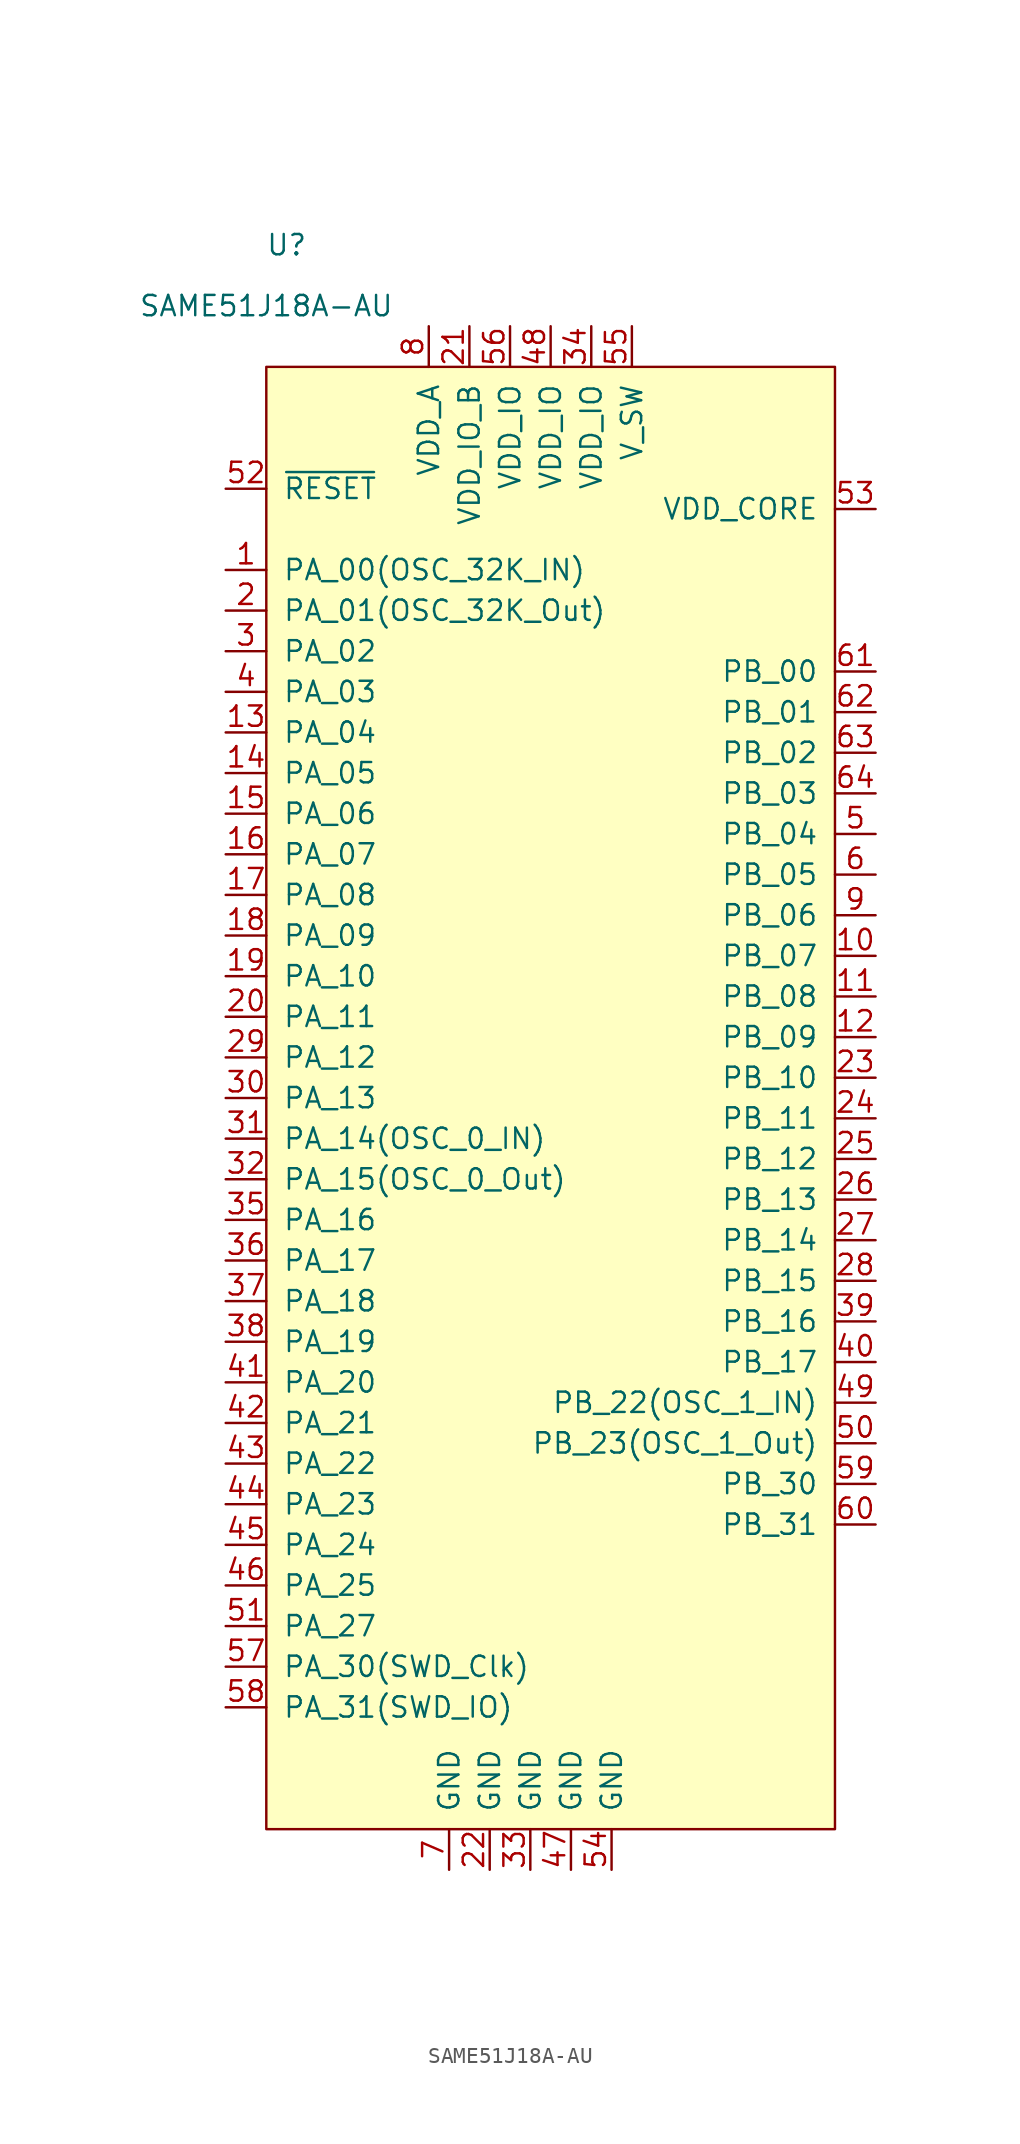
<source format=kicad_sym>
(kicad_symbol_lib
  (version 20210619)
  (generator kicad_symbol_editor)
  (symbol "Maxted Libs:SAME51J18A-AU"
    (pin_names
      (offset 1.016))
    (property "Reference" "U"
      (at -15.24 53.34 0)
      (effects (font (size 1.27 1.27))))
    (property "Value" "SAME51J18A-AU"
      (at -16.51 49.53 0)
      (effects (font (size 1.27 1.27))))
    (symbol "SAME51J18A-AU_0_1"
      (rectangle (start -16.51 45.72) (end 19.05 -45.72) (stroke (width 0)) (fill (type background))))
    (symbol "SAME51J18A-AU_1_1"
      (pin passive line (at -19.05 33.02 0) (length 2.54) (name "PA_00(OSC_32K_IN)" (effects (font (size 1.27 1.27)))) (number "1" (effects (font (size 1.27 1.27)))))
      (pin passive line (at 21.59 8.89 180) (length 2.54) (name "PB_07" (effects (font (size 1.27 1.27)))) (number "10" (effects (font (size 1.27 1.27)))))
      (pin passive line (at 21.59 6.35 180) (length 2.54) (name "PB_08" (effects (font (size 1.27 1.27)))) (number "11" (effects (font (size 1.27 1.27)))))
      (pin passive line (at 21.59 3.81 180) (length 2.54) (name "PB_09" (effects (font (size 1.27 1.27)))) (number "12" (effects (font (size 1.27 1.27)))))
      (pin passive line (at -19.05 22.86 0) (length 2.54) (name "PA_04" (effects (font (size 1.27 1.27)))) (number "13" (effects (font (size 1.27 1.27)))))
      (pin passive line (at -19.05 20.32 0) (length 2.54) (name "PA_05" (effects (font (size 1.27 1.27)))) (number "14" (effects (font (size 1.27 1.27)))))
      (pin passive line (at -19.05 17.78 0) (length 2.54) (name "PA_06" (effects (font (size 1.27 1.27)))) (number "15" (effects (font (size 1.27 1.27)))))
      (pin passive line (at -19.05 15.24 0) (length 2.54) (name "PA_07" (effects (font (size 1.27 1.27)))) (number "16" (effects (font (size 1.27 1.27)))))
      (pin passive line (at -19.05 12.7 0) (length 2.54) (name "PA_08" (effects (font (size 1.27 1.27)))) (number "17" (effects (font (size 1.27 1.27)))))
      (pin passive line (at -19.05 10.16 0) (length 2.54) (name "PA_09" (effects (font (size 1.27 1.27)))) (number "18" (effects (font (size 1.27 1.27)))))
      (pin passive line (at -19.05 7.62 0) (length 2.54) (name "PA_10" (effects (font (size 1.27 1.27)))) (number "19" (effects (font (size 1.27 1.27)))))
      (pin passive line (at -19.05 30.48 0) (length 2.54) (name "PA_01(OSC_32K_Out)" (effects (font (size 1.27 1.27)))) (number "2" (effects (font (size 1.27 1.27)))))
      (pin passive line (at -19.05 5.08 0) (length 2.54) (name "PA_11" (effects (font (size 1.27 1.27)))) (number "20" (effects (font (size 1.27 1.27)))))
      (pin power_in line (at -3.81 48.26 270) (length 2.54) (name "VDD_IO_B" (effects (font (size 1.27 1.27)))) (number "21" (effects (font (size 1.27 1.27)))))
      (pin power_in line (at -2.54 -48.26 90) (length 2.54) (name "GND" (effects (font (size 1.27 1.27)))) (number "22" (effects (font (size 1.27 1.27)))))
      (pin passive line (at 21.59 1.27 180) (length 2.54) (name "PB_10" (effects (font (size 1.27 1.27)))) (number "23" (effects (font (size 1.27 1.27)))))
      (pin passive line (at 21.59 -1.27 180) (length 2.54) (name "PB_11" (effects (font (size 1.27 1.27)))) (number "24" (effects (font (size 1.27 1.27)))))
      (pin passive line (at 21.59 -3.81 180) (length 2.54) (name "PB_12" (effects (font (size 1.27 1.27)))) (number "25" (effects (font (size 1.27 1.27)))))
      (pin passive line (at 21.59 -6.35 180) (length 2.54) (name "PB_13" (effects (font (size 1.27 1.27)))) (number "26" (effects (font (size 1.27 1.27)))))
      (pin passive line (at 21.59 -8.89 180) (length 2.54) (name "PB_14" (effects (font (size 1.27 1.27)))) (number "27" (effects (font (size 1.27 1.27)))))
      (pin passive line (at 21.59 -11.43 180) (length 2.54) (name "PB_15" (effects (font (size 1.27 1.27)))) (number "28" (effects (font (size 1.27 1.27)))))
      (pin passive line (at -19.05 2.54 0) (length 2.54) (name "PA_12" (effects (font (size 1.27 1.27)))) (number "29" (effects (font (size 1.27 1.27)))))
      (pin passive line (at -19.05 27.94 0) (length 2.54) (name "PA_02" (effects (font (size 1.27 1.27)))) (number "3" (effects (font (size 1.27 1.27)))))
      (pin passive line (at -19.05 0 0) (length 2.54) (name "PA_13" (effects (font (size 1.27 1.27)))) (number "30" (effects (font (size 1.27 1.27)))))
      (pin passive line (at -19.05 -2.54 0) (length 2.54) (name "PA_14(OSC_0_IN)" (effects (font (size 1.27 1.27)))) (number "31" (effects (font (size 1.27 1.27)))))
      (pin passive line (at -19.05 -5.08 0) (length 2.54) (name "PA_15(OSC_0_Out)" (effects (font (size 1.27 1.27)))) (number "32" (effects (font (size 1.27 1.27)))))
      (pin power_in line (at 0 -48.26 90) (length 2.54) (name "GND" (effects (font (size 1.27 1.27)))) (number "33" (effects (font (size 1.27 1.27)))))
      (pin power_in line (at 3.81 48.26 270) (length 2.54) (name "VDD_IO" (effects (font (size 1.27 1.27)))) (number "34" (effects (font (size 1.27 1.27)))))
      (pin passive line (at -19.05 -7.62 0) (length 2.54) (name "PA_16" (effects (font (size 1.27 1.27)))) (number "35" (effects (font (size 1.27 1.27)))))
      (pin passive line (at -19.05 -10.16 0) (length 2.54) (name "PA_17" (effects (font (size 1.27 1.27)))) (number "36" (effects (font (size 1.27 1.27)))))
      (pin passive line (at -19.05 -12.7 0) (length 2.54) (name "PA_18" (effects (font (size 1.27 1.27)))) (number "37" (effects (font (size 1.27 1.27)))))
      (pin passive line (at -19.05 -15.24 0) (length 2.54) (name "PA_19" (effects (font (size 1.27 1.27)))) (number "38" (effects (font (size 1.27 1.27)))))
      (pin passive line (at 21.59 -13.97 180) (length 2.54) (name "PB_16" (effects (font (size 1.27 1.27)))) (number "39" (effects (font (size 1.27 1.27)))))
      (pin passive line (at -19.05 25.4 0) (length 2.54) (name "PA_03" (effects (font (size 1.27 1.27)))) (number "4" (effects (font (size 1.27 1.27)))))
      (pin passive line (at 21.59 -16.51 180) (length 2.54) (name "PB_17" (effects (font (size 1.27 1.27)))) (number "40" (effects (font (size 1.27 1.27)))))
      (pin passive line (at -19.05 -17.78 0) (length 2.54) (name "PA_20" (effects (font (size 1.27 1.27)))) (number "41" (effects (font (size 1.27 1.27)))))
      (pin passive line (at -19.05 -20.32 0) (length 2.54) (name "PA_21" (effects (font (size 1.27 1.27)))) (number "42" (effects (font (size 1.27 1.27)))))
      (pin passive line (at -19.05 -22.86 0) (length 2.54) (name "PA_22" (effects (font (size 1.27 1.27)))) (number "43" (effects (font (size 1.27 1.27)))))
      (pin passive line (at -19.05 -25.4 0) (length 2.54) (name "PA_23" (effects (font (size 1.27 1.27)))) (number "44" (effects (font (size 1.27 1.27)))))
      (pin passive line (at -19.05 -27.94 0) (length 2.54) (name "PA_24" (effects (font (size 1.27 1.27)))) (number "45" (effects (font (size 1.27 1.27)))))
      (pin passive line (at -19.05 -30.48 0) (length 2.54) (name "PA_25" (effects (font (size 1.27 1.27)))) (number "46" (effects (font (size 1.27 1.27)))))
      (pin power_in line (at 2.54 -48.26 90) (length 2.54) (name "GND" (effects (font (size 1.27 1.27)))) (number "47" (effects (font (size 1.27 1.27)))))
      (pin power_in line (at 1.27 48.26 270) (length 2.54) (name "VDD_IO" (effects (font (size 1.27 1.27)))) (number "48" (effects (font (size 1.27 1.27)))))
      (pin passive line (at 21.59 -19.05 180) (length 2.54) (name "PB_22(OSC_1_IN)" (effects (font (size 1.27 1.27)))) (number "49" (effects (font (size 1.27 1.27)))))
      (pin passive line (at 21.59 16.51 180) (length 2.54) (name "PB_04" (effects (font (size 1.27 1.27)))) (number "5" (effects (font (size 1.27 1.27)))))
      (pin passive line (at 21.59 -21.59 180) (length 2.54) (name "PB_23(OSC_1_Out)" (effects (font (size 1.27 1.27)))) (number "50" (effects (font (size 1.27 1.27)))))
      (pin passive line (at -19.05 -33.02 0) (length 2.54) (name "PA_27" (effects (font (size 1.27 1.27)))) (number "51" (effects (font (size 1.27 1.27)))))
      (pin passive line (at -19.05 38.1 0) (length 2.54) (name "~{RESET}" (effects (font (size 1.27 1.27)))) (number "52" (effects (font (size 1.27 1.27)))))
      (pin output line (at 21.59 36.83 180) (length 2.54) (name "VDD_CORE" (effects (font (size 1.27 1.27)))) (number "53" (effects (font (size 1.27 1.27)))))
      (pin power_in line (at 5.08 -48.26 90) (length 2.54) (name "GND" (effects (font (size 1.27 1.27)))) (number "54" (effects (font (size 1.27 1.27)))))
      (pin power_in line (at 6.35 48.26 270) (length 2.54) (name "V_SW" (effects (font (size 1.27 1.27)))) (number "55" (effects (font (size 1.27 1.27)))))
      (pin power_in line (at -1.27 48.26 270) (length 2.54) (name "VDD_IO" (effects (font (size 1.27 1.27)))) (number "56" (effects (font (size 1.27 1.27)))))
      (pin passive line (at -19.05 -35.56 0) (length 2.54) (name "PA_30(SWD_Clk)" (effects (font (size 1.27 1.27)))) (number "57" (effects (font (size 1.27 1.27)))))
      (pin passive line (at -19.05 -38.1 0) (length 2.54) (name "PA_31(SWD_IO)" (effects (font (size 1.27 1.27)))) (number "58" (effects (font (size 1.27 1.27)))))
      (pin passive line (at 21.59 -24.13 180) (length 2.54) (name "PB_30" (effects (font (size 1.27 1.27)))) (number "59" (effects (font (size 1.27 1.27)))))
      (pin passive line (at 21.59 13.97 180) (length 2.54) (name "PB_05" (effects (font (size 1.27 1.27)))) (number "6" (effects (font (size 1.27 1.27)))))
      (pin passive line (at 21.59 -26.67 180) (length 2.54) (name "PB_31" (effects (font (size 1.27 1.27)))) (number "60" (effects (font (size 1.27 1.27)))))
      (pin passive line (at 21.59 26.67 180) (length 2.54) (name "PB_00" (effects (font (size 1.27 1.27)))) (number "61" (effects (font (size 1.27 1.27)))))
      (pin passive line (at 21.59 24.13 180) (length 2.54) (name "PB_01" (effects (font (size 1.27 1.27)))) (number "62" (effects (font (size 1.27 1.27)))))
      (pin passive line (at 21.59 21.59 180) (length 2.54) (name "PB_02" (effects (font (size 1.27 1.27)))) (number "63" (effects (font (size 1.27 1.27)))))
      (pin passive line (at 21.59 19.05 180) (length 2.54) (name "PB_03" (effects (font (size 1.27 1.27)))) (number "64" (effects (font (size 1.27 1.27)))))
      (pin power_in line (at -5.08 -48.26 90) (length 2.54) (name "GND" (effects (font (size 1.27 1.27)))) (number "7" (effects (font (size 1.27 1.27)))))
      (pin power_in line (at -6.35 48.26 270) (length 2.54) (name "VDD_A" (effects (font (size 1.27 1.27)))) (number "8" (effects (font (size 1.27 1.27)))))
      (pin passive line (at 21.59 11.43 180) (length 2.54) (name "PB_06" (effects (font (size 1.27 1.27)))) (number "9" (effects (font (size 1.27 1.27))))))))
</source>
